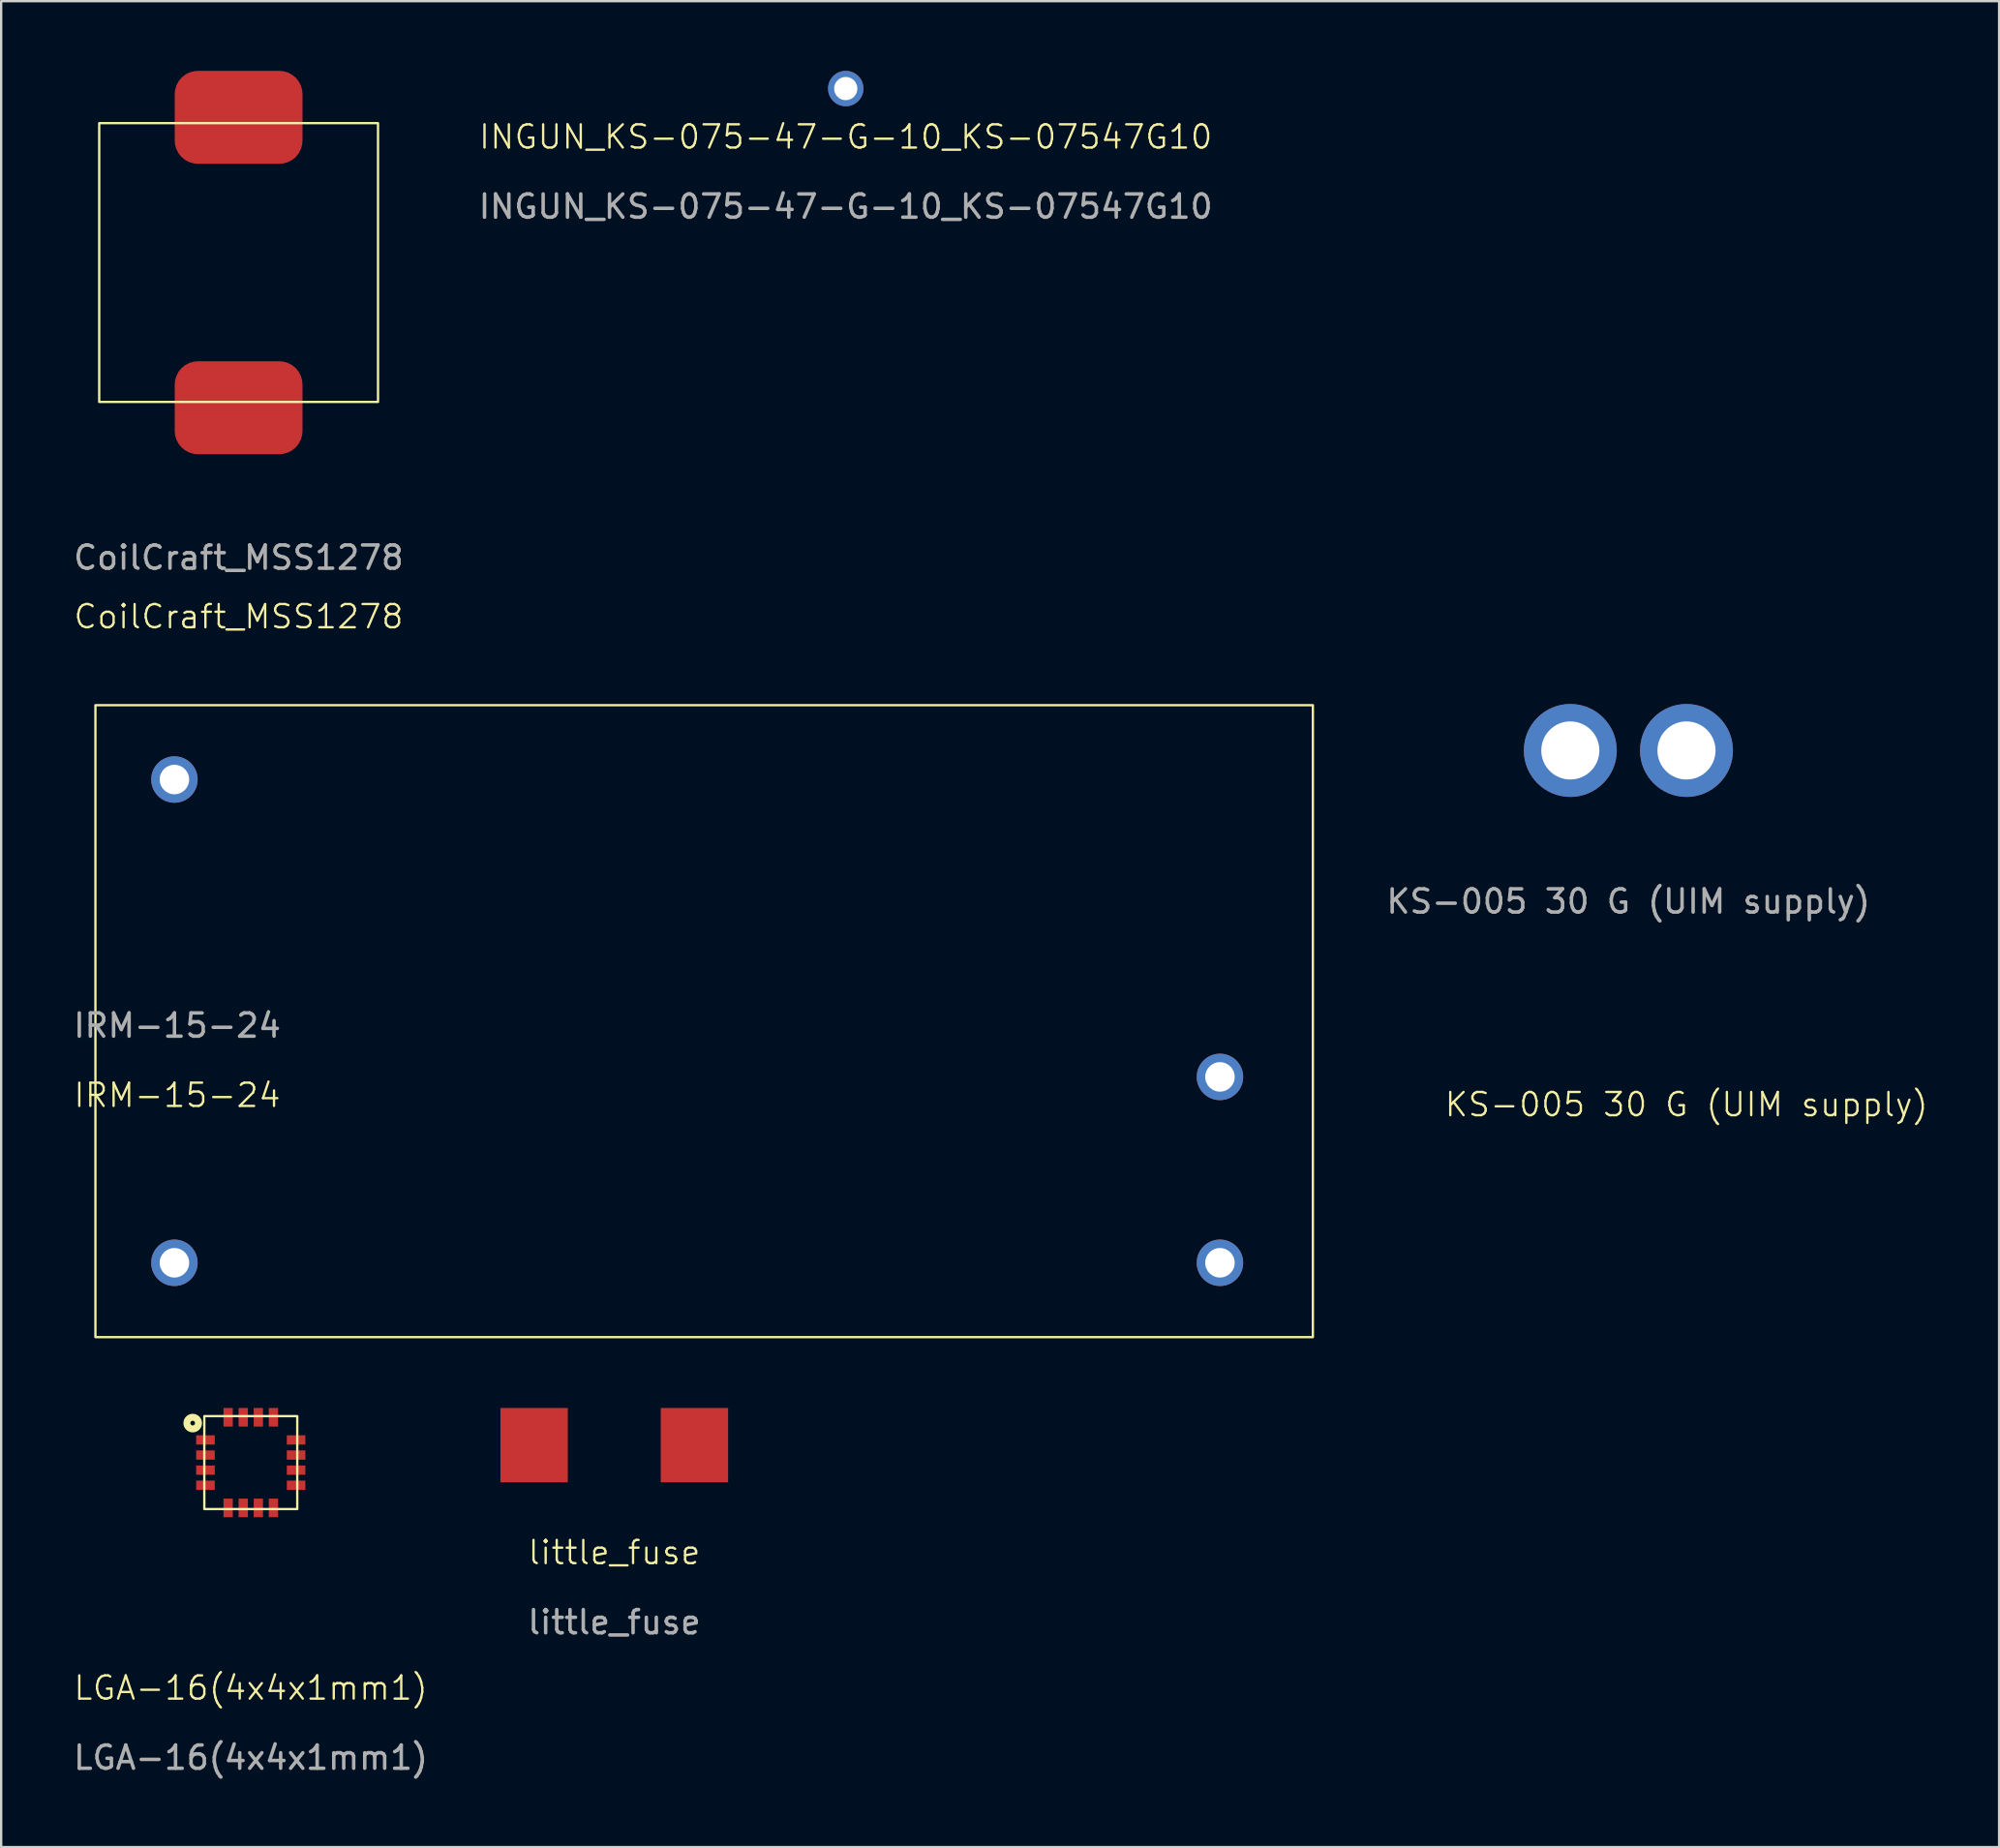
<source format=kicad_pcb>
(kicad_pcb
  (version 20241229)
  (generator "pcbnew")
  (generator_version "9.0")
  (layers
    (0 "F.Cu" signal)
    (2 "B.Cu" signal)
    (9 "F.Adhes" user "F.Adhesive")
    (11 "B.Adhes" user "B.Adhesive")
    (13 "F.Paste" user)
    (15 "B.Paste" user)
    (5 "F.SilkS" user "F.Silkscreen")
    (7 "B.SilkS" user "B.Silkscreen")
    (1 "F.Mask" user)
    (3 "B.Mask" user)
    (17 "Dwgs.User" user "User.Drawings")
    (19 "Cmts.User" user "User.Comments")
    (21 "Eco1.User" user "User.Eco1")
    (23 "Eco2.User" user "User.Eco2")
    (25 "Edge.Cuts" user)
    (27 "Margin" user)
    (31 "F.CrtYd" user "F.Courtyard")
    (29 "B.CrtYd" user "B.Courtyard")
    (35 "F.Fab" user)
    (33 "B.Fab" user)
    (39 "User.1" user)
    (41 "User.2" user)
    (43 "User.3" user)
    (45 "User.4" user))
  (footprint "INGUN_KS-075-47-G-10_KS-07547G10"
    (layer "F.Cu")
    (at 33.351 0.762)
    (property "Reference" "INGUN_KS-075-47-G-10_KS-07547G10" (at 0 2.08 0) (unlocked yes) (layer "F.SilkS") (effects (font (size 1 1) (thickness 0.1))))
    (attr through_hole)
    (fp_text user "${REFERENCE}" (at 0 5.08 0) (unlocked yes) (layer "F.Fab") (effects (font (size 1 1) (thickness 0.15))))
    (pad "1" thru_hole circle (at 0 0) (size 1.524 1.524) (drill 1) (layers "*.Cu" "*.Mask")))
  (footprint "CoilCraft_MSS1278"
    (layer "F.Cu")
    (at 7.22 8.25)
    (property "Reference" "CoilCraft_MSS1278" (at 0 15.24 0) (unlocked yes) (layer "F.SilkS") (effects (font (size 1 1) (thickness 0.1))))
    (attr smd)
    (fp_rect (start -6 -6) (end 6 6) (stroke (width 0.1) (type default)) (fill no) (layer "F.SilkS"))
    (fp_text user "${REFERENCE}" (at 0 12.7 0) (unlocked yes) (layer "F.Fab") (effects (font (size 1 1) (thickness 0.15))))
    (pad "1" smd roundrect (at 0 -6.25) (size 5.5 4) (layers "F.Cu" "F.Mask" "F.Paste") (roundrect_rratio 0.25))
    (pad "2" smd roundrect (at 0 6.25) (size 5.5 4) (layers "F.Cu" "F.Mask" "F.Paste") (roundrect_rratio 0.25)))
  (footprint "IRM-15-24"
    (layer "F.Cu")
    (at 26.957 40.901)
    (property "Reference" "IRM-15-24" (at -22.38 3.19 0) (unlocked yes) (layer "F.SilkS") (effects (font (size 1 1) (thickness 0.1))))
    (attr through_hole)
    (fp_rect (start -25.9 13.6) (end 26.5 -13.6) (stroke (width 0.1) (type default)) (fill no) (layer "F.SilkS"))
    (fp_text user "${REFERENCE}" (at -22.38 0.19 0) (unlocked yes) (layer "F.Fab") (effects (font (size 1 1) (thickness 0.15))))
    (pad "1" thru_hole circle (at -22.5 10.4) (size 2 2) (drill 1.27) (layers "*.Cu" "*.Mask"))
    (pad "2" thru_hole circle (at -22.5 -10.4) (size 2 2) (drill 1.27) (layers "*.Cu" "*.Mask"))
    (pad "3" thru_hole circle (at 22.5 10.4) (size 2 2) (drill 1.27) (layers "*.Cu" "*.Mask"))
    (pad "4" thru_hole circle (at 22.5 2.4) (size 2 2) (drill 1.27) (layers "*.Cu" "*.Mask")))
  (footprint "KS-005 30 G (UIM supply)"
    (layer "F.Cu")
    (at 66.997 29.25)
    (property "Reference" "KS-005 30 G (UIM supply)" (at 2.54 15.24 0) (unlocked yes) (layer "F.SilkS") (effects (font (size 1 1) (thickness 0.1))))
    (attr through_hole)
    (fp_text user "${REFERENCE}" (at 0.04 6.5 0) (unlocked yes) (layer "F.Fab") (effects (font (size 1 1) (thickness 0.15))))
    (pad "1" thru_hole circle (at -2.46 0) (size 4 4) (drill 2.5) (layers "*.Cu" "*.Mask"))
    (pad "2" thru_hole circle (at 2.54 0) (size 4 4) (drill 2.5) (layers "*.Cu" "*.Mask")))
  (footprint "little_fuse"
    (layer "F.Cu")
    (at 23.388 59.151)
    (property "Reference" "little_fuse" (at 0 4.62 0) (unlocked yes) (layer "F.SilkS") (effects (font (size 1 1) (thickness 0.1))))
    (attr smd)
    (fp_text user "${REFERENCE}" (at 0 7.62 0) (unlocked yes) (layer "F.Fab") (effects (font (size 1 1) (thickness 0.15))))
    (pad "1" smd rect (at -3.45 0) (size 2.9 3.2) (layers "F.Cu" "F.Mask" "F.Paste"))
    (pad "2" smd rect (at 3.45 0) (size 2.9 3.2) (layers "F.Cu" "F.Mask" "F.Paste")))
  (footprint "LGA-16(4x4x1mm1)"
    (layer "F.Cu")
    (at 7.744 59.901)
    (property "Reference" "LGA-16(4x4x1mm1)" (at 0 9.7 0) (unlocked yes) (layer "F.SilkS") (effects (font (size 1 1) (thickness 0.1))))
    (attr smd)
    (fp_rect (start -2 -2) (end 2 2) (stroke (width 0.1) (type default)) (fill no) (layer "F.SilkS"))
    (fp_circle (center -2.5 -1.7) (end -2.4 -1.7) (stroke (width 0.3) (type default)) (fill no) (layer "F.SilkS"))
    (fp_text user "${REFERENCE}" (at 0 12.7 0) (unlocked yes) (layer "F.Fab") (effects (font (size 1 1) (thickness 0.15))))
    (pad "1" smd rect (at -1.95 -0.975 90) (size 0.4 0.8) (layers "F.Cu" "F.Mask" "F.Paste"))
    (pad "2" smd rect (at -1.95 -0.325 90) (size 0.4 0.8) (layers "F.Cu" "F.Mask" "F.Paste"))
    (pad "3" smd rect (at -1.95 0.325 90) (size 0.4 0.8) (layers "F.Cu" "F.Mask" "F.Paste"))
    (pad "4" smd rect (at -1.95 0.975 90) (size 0.4 0.8) (layers "F.Cu" "F.Mask" "F.Paste"))
    (pad "5" smd rect (at -0.975 1.95 180) (size 0.4 0.8) (layers "F.Cu" "F.Mask" "F.Paste"))
    (pad "6" smd rect (at -0.325 1.95 180) (size 0.4 0.8) (layers "F.Cu" "F.Mask" "F.Paste"))
    (pad "7" smd rect (at 0.325 1.95 180) (size 0.4 0.8) (layers "F.Cu" "F.Mask" "F.Paste"))
    (pad "8" smd rect (at 0.975 1.95 180) (size 0.4 0.8) (layers "F.Cu" "F.Mask" "F.Paste"))
    (pad "9" smd rect (at 1.95 0.975 90) (size 0.4 0.8) (layers "F.Cu" "F.Mask" "F.Paste"))
    (pad "10" smd rect (at 1.95 0.325 90) (size 0.4 0.8) (layers "F.Cu" "F.Mask" "F.Paste"))
    (pad "11" smd rect (at 1.95 -0.325 90) (size 0.4 0.8) (layers "F.Cu" "F.Mask" "F.Paste"))
    (pad "12" smd rect (at 1.95 -0.975 90) (size 0.4 0.8) (layers "F.Cu" "F.Mask" "F.Paste"))
    (pad "13" smd rect (at 0.975 -1.95 180) (size 0.4 0.8) (layers "F.Cu" "F.Mask" "F.Paste"))
    (pad "14" smd rect (at 0.325 -1.95 180) (size 0.4 0.8) (layers "F.Cu" "F.Mask" "F.Paste"))
    (pad "15" smd rect (at -0.325 -1.95 180) (size 0.4 0.8) (layers "F.Cu" "F.Mask" "F.Paste"))
    (pad "16" smd rect (at -0.975 -1.95 180) (size 0.4 0.8) (layers "F.Cu" "F.Mask" "F.Paste")))
  (gr_rect
    (start -3 -3)
    (end 82.992 76.449)
    (stroke (width 0.1) (type default))
    (fill no)
    (layer "Edge.Cuts")))
</source>
